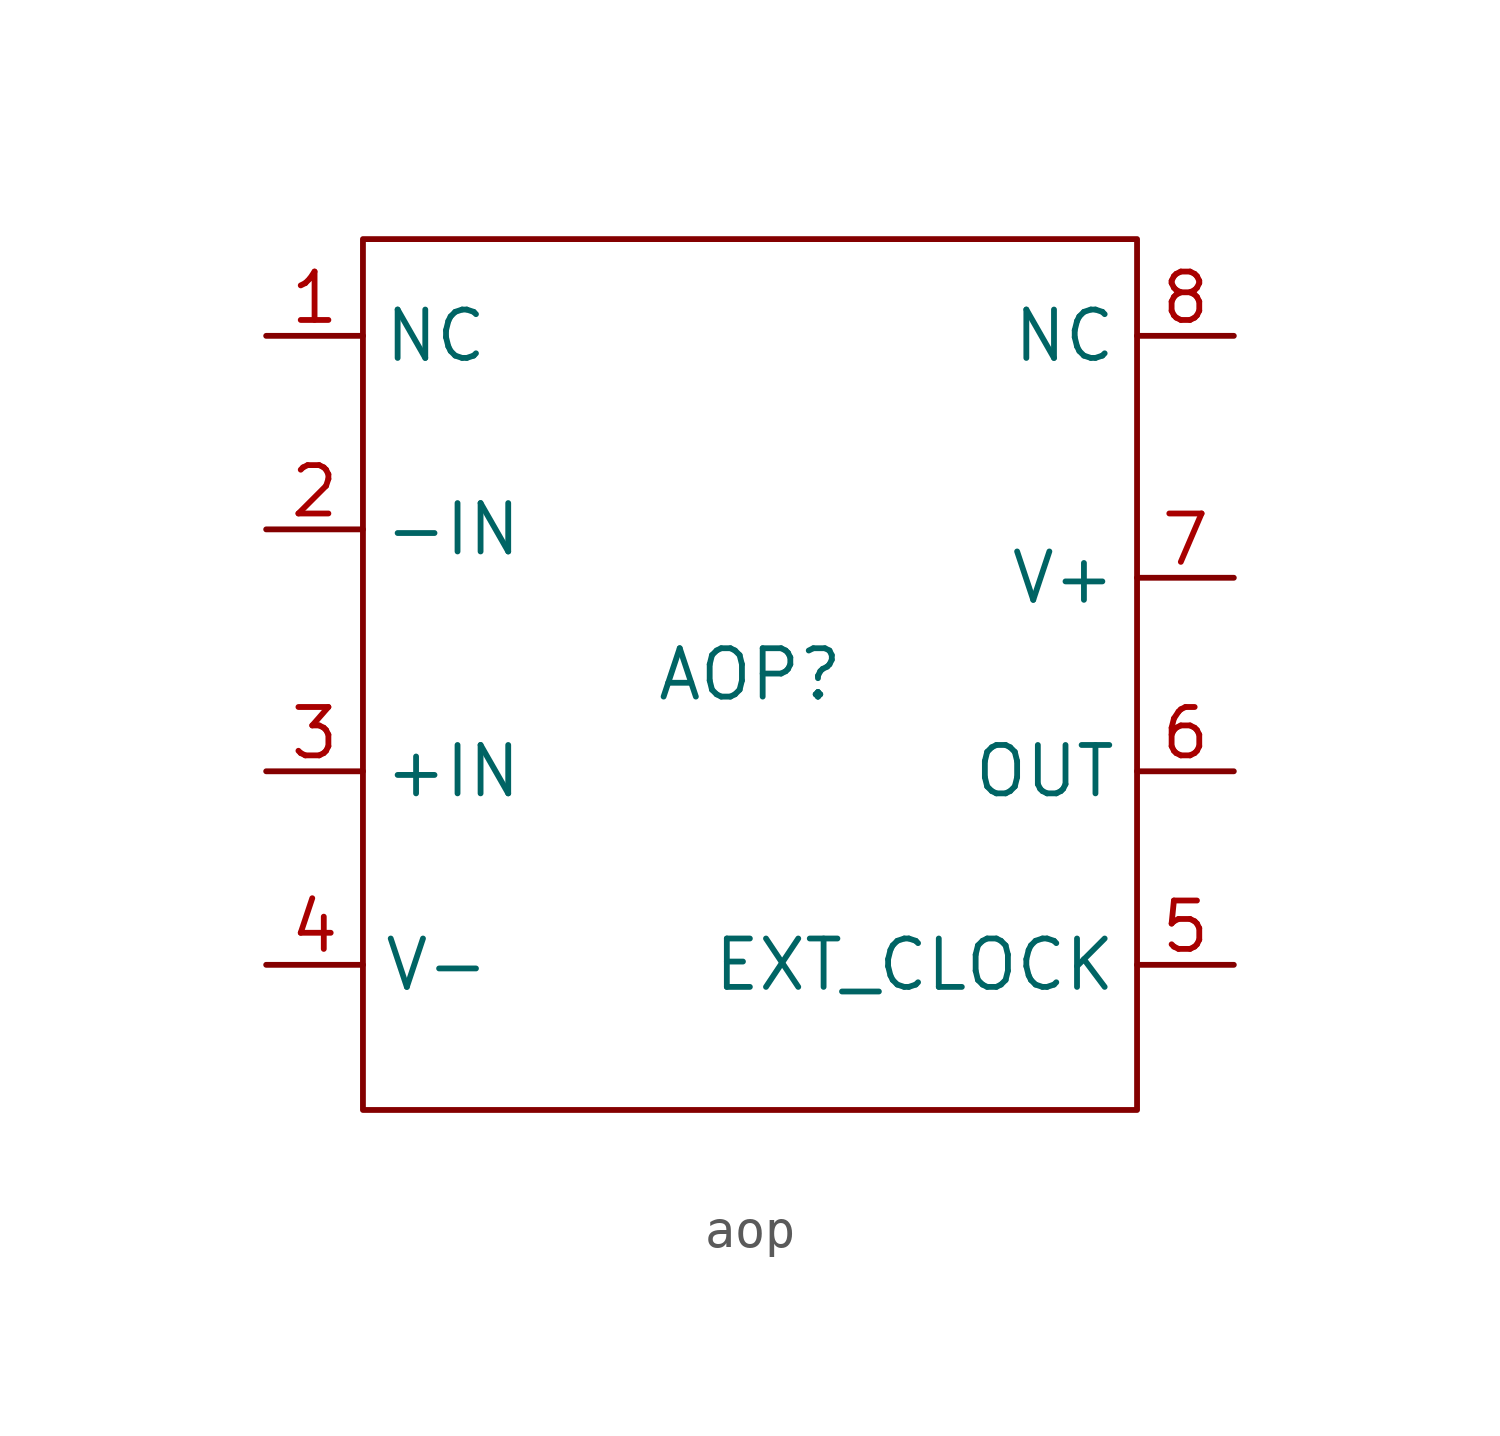
<source format=kicad_sym>
(kicad_symbol_lib
  (version 20241209)
  (generator "kicad_symbol_editor")
  (generator_version "9.0")
  (symbol "aop"
    (property "Reference" "AOP"
      (at 0 0 0)
      (effects (font (size 1.27 1.27))))
    (property "Value" ""
      (at 0 0 0)
      (effects (font (size 1.27 1.27))))
    (symbol "aop_0_1"
      (rectangle (start -10.16 11.43) (end 10.16 -11.43) (stroke (width 0) (type default)) (fill (type none))))
    (symbol "aop_1_1"
      (pin input line (at -12.7 8.89 0) (length 2.54) (name "NC" (effects (font (size 1.27 1.27)))) (number "1" (effects (font (size 1.27 1.27)))))
      (pin input line (at -12.7 3.81 0) (length 2.54) (name "-IN" (effects (font (size 1.27 1.27)))) (number "2" (effects (font (size 1.27 1.27)))))
      (pin input line (at -12.7 -2.54 0) (length 2.54) (name "+IN" (effects (font (size 1.27 1.27)))) (number "3" (effects (font (size 1.27 1.27)))))
      (pin input line (at -12.7 -7.62 0) (length 2.54) (name "V-" (effects (font (size 1.27 1.27)))) (number "4" (effects (font (size 1.27 1.27)))))
      (pin input line (at 12.7 8.89 180) (length 2.54) (name "NC" (effects (font (size 1.27 1.27)))) (number "8" (effects (font (size 1.27 1.27)))))
      (pin input line (at 12.7 2.54 180) (length 2.54) (name "V+" (effects (font (size 1.27 1.27)))) (number "7" (effects (font (size 1.27 1.27)))))
      (pin input line (at 12.7 -2.54 180) (length 2.54) (name "OUT" (effects (font (size 1.27 1.27)))) (number "6" (effects (font (size 1.27 1.27)))))
      (pin input line (at 12.7 -7.62 180) (length 2.54) (name "EXT_CLOCK" (effects (font (size 1.27 1.27)))) (number "5" (effects (font (size 1.27 1.27))))))))
</source>
